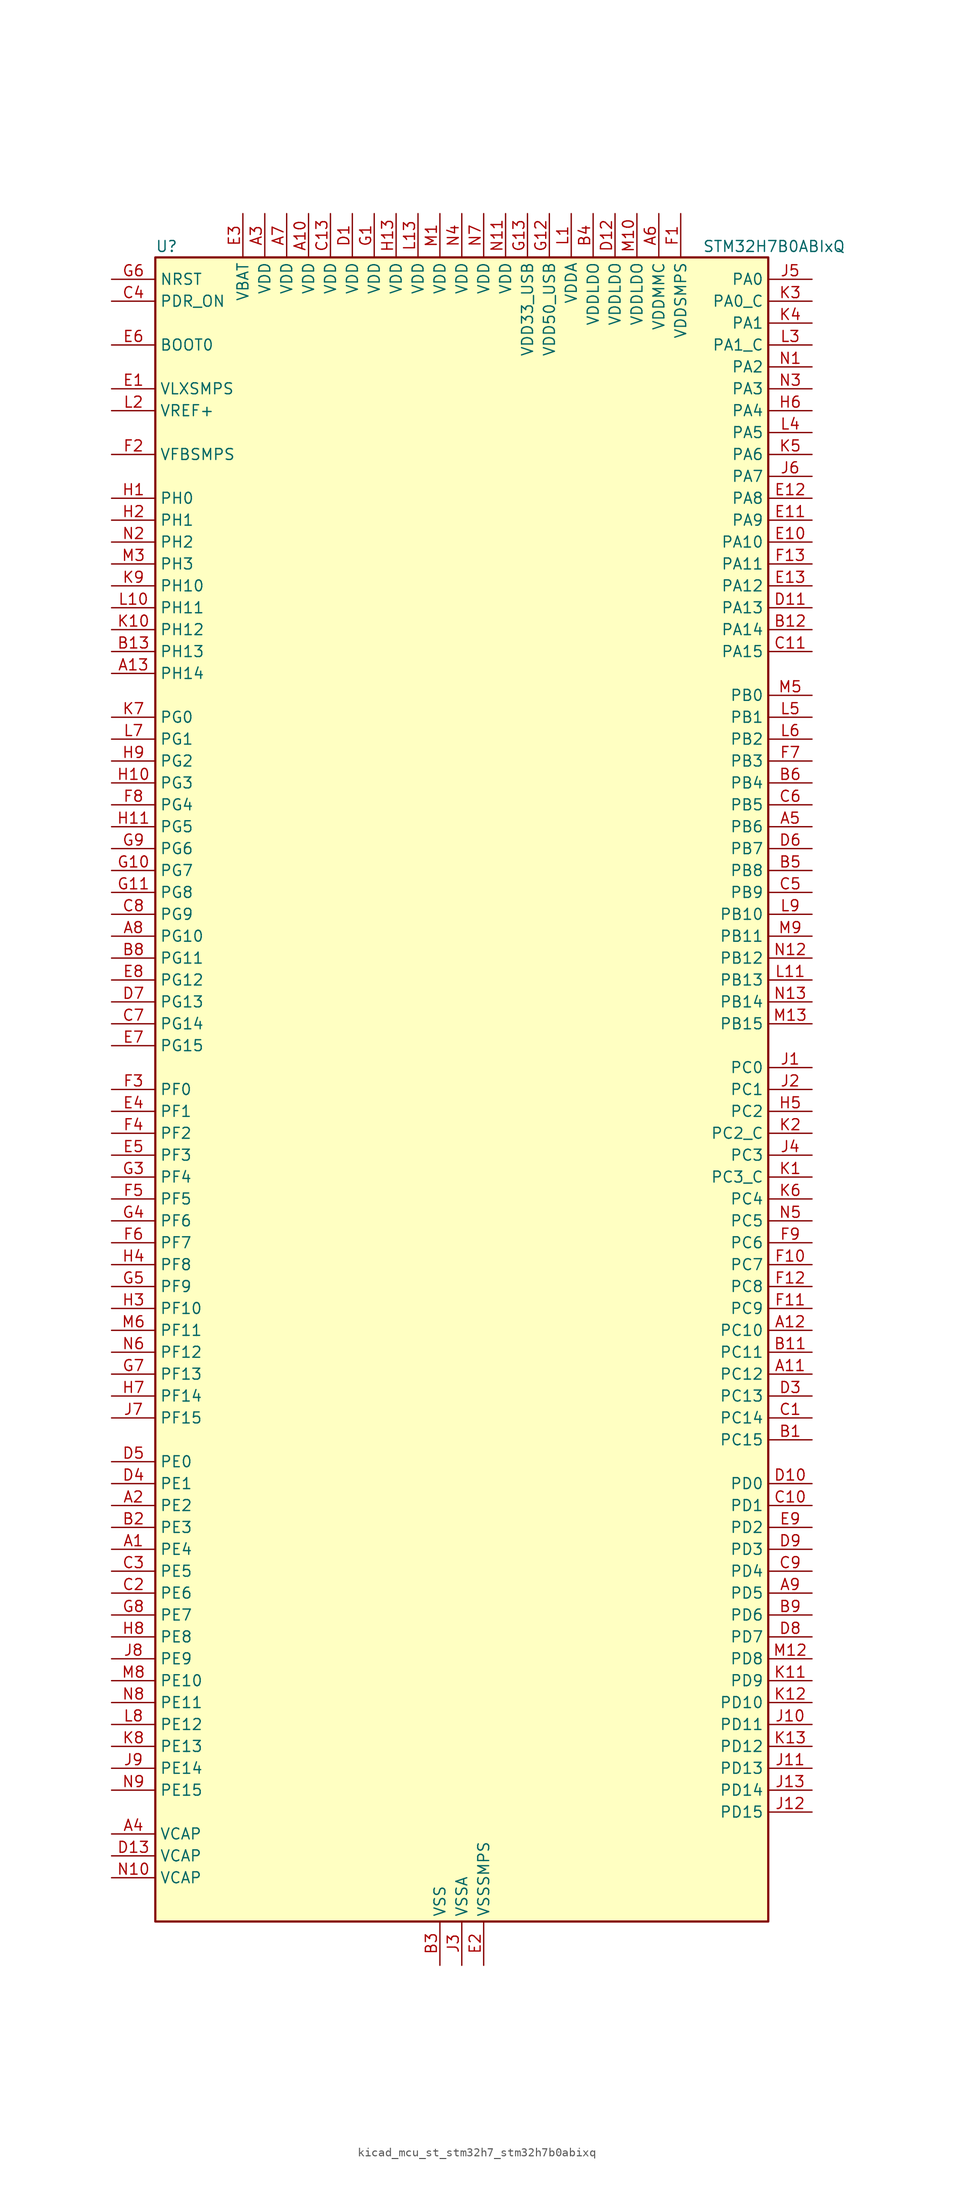
<source format=kicad_sym>
(kicad_symbol_lib
  (version 20220914)
  (generator kicad_symbol_editor)
  (symbol "kicad_mcu_st_stm32h7_stm32h7b0abixq"
    (property "Reference" "U"
      (at -35.56 97.79 0)
      (effects (font (size 1.27 1.27)) (justify left)))
    (property "Value" "STM32H7B0ABIxQ"
      (at 27.94 97.79 0)
      (effects (font (size 1.27 1.27)) (justify left)))
    (property "ki_locked" ""
      (at 0 0 0)
      (effects (font (size 1.27 1.27))))
    (symbol "kicad_mcu_st_stm32h7_stm32h7b0abixq_0_1"
      (rectangle (start -35.56 -96.52) (end 35.56 96.52) (stroke (width 0.254) (type default)) (fill (type background))))
    (symbol "kicad_mcu_st_stm32h7_stm32h7b0abixq_1_1"
      (pin bidirectional line (at -40.64 -53.34 0) (length 5.08) (name "PE4" (effects (font (size 1.27 1.27)))) (number "A1" (effects (font (size 1.27 1.27)))) (alternate "DCMI_D4" bidirectional line) (alternate "DEBUG_TRACED1" bidirectional line) (alternate "DFSDM1_DATIN3" bidirectional line) (alternate "FMC_A20" bidirectional line) (alternate "LTDC_B0" bidirectional line) (alternate "PSSI_D4" bidirectional line) (alternate "SAI1_D2" bidirectional line) (alternate "SAI1_FS_A" bidirectional line) (alternate "SPI4_NSS" bidirectional line) (alternate "TIM15_CH1N" bidirectional line))
      (pin power_in line (at -17.78 101.6 270) (length 5.08) (name "VDD" (effects (font (size 1.27 1.27)))) (number "A10" (effects (font (size 1.27 1.27)))))
      (pin bidirectional line (at 40.64 -33.02 180) (length 5.08) (name "PC12" (effects (font (size 1.27 1.27)))) (number "A11" (effects (font (size 1.27 1.27)))) (alternate "DCMI_D9" bidirectional line) (alternate "DEBUG_TRACED3" bidirectional line) (alternate "DFSDM2_CKOUT" bidirectional line) (alternate "I2S3_SDO" bidirectional line) (alternate "I2S6_CK" bidirectional line) (alternate "LTDC_R6" bidirectional line) (alternate "PSSI_D9" bidirectional line) (alternate "SDMMC1_CK" bidirectional line) (alternate "SPI3_MOSI" bidirectional line) (alternate "SPI6_SCK" bidirectional line) (alternate "TIM15_CH1" bidirectional line) (alternate "UART5_TX" bidirectional line) (alternate "USART3_CK" bidirectional line))
      (pin bidirectional line (at 40.64 -27.94 180) (length 5.08) (name "PC10" (effects (font (size 1.27 1.27)))) (number "A12" (effects (font (size 1.27 1.27)))) (alternate "DCMI_D8" bidirectional line) (alternate "DFSDM1_CKIN5" bidirectional line) (alternate "DFSDM2_CKIN0" bidirectional line) (alternate "I2S3_CK" bidirectional line) (alternate "LTDC_B1" bidirectional line) (alternate "LTDC_R2" bidirectional line) (alternate "OCTOSPIM_P1_IO1" bidirectional line) (alternate "PSSI_D8" bidirectional line) (alternate "SDMMC1_D2" bidirectional line) (alternate "SPI3_SCK" bidirectional line) (alternate "SWPMI1_RX" bidirectional line) (alternate "UART4_TX" bidirectional line) (alternate "USART3_TX" bidirectional line))
      (pin bidirectional line (at -40.64 48.26 0) (length 5.08) (name "PH14" (effects (font (size 1.27 1.27)))) (number "A13" (effects (font (size 1.27 1.27)))) (alternate "DCMI_D4" bidirectional line) (alternate "FDCAN1_RX" bidirectional line) (alternate "FMC_D22" bidirectional line) (alternate "LTDC_G3" bidirectional line) (alternate "PSSI_D4" bidirectional line) (alternate "TIM8_CH2N" bidirectional line) (alternate "UART4_RX" bidirectional line))
      (pin bidirectional line (at -40.64 -48.26 0) (length 5.08) (name "PE2" (effects (font (size 1.27 1.27)))) (number "A2" (effects (font (size 1.27 1.27)))) (alternate "DEBUG_TRACECLK" bidirectional line) (alternate "FMC_A23" bidirectional line) (alternate "OCTOSPIM_P1_IO2" bidirectional line) (alternate "SAI1_CK1" bidirectional line) (alternate "SAI1_MCLK_A" bidirectional line) (alternate "SPI4_SCK" bidirectional line) (alternate "USART10_RX" bidirectional line))
      (pin power_in line (at -22.86 101.6 270) (length 5.08) (name "VDD" (effects (font (size 1.27 1.27)))) (number "A3" (effects (font (size 1.27 1.27)))))
      (pin power_out line (at -40.64 -86.36 0) (length 5.08) (name "VCAP" (effects (font (size 1.27 1.27)))) (number "A4" (effects (font (size 1.27 1.27)))))
      (pin bidirectional line (at 40.64 30.48 180) (length 5.08) (name "PB6" (effects (font (size 1.27 1.27)))) (number "A5" (effects (font (size 1.27 1.27)))) (alternate "CEC" bidirectional line) (alternate "DCMI_D5" bidirectional line) (alternate "DFSDM1_DATIN5" bidirectional line) (alternate "FDCAN2_TX" bidirectional line) (alternate "FMC_SDNE1" bidirectional line) (alternate "I2C1_SCL" bidirectional line) (alternate "I2C4_SCL" bidirectional line) (alternate "LPUART1_TX" bidirectional line) (alternate "OCTOSPIM_P1_NCS" bidirectional line) (alternate "PSSI_D5" bidirectional line) (alternate "TIM16_CH1N" bidirectional line) (alternate "TIM4_CH1" bidirectional line) (alternate "UART5_TX" bidirectional line) (alternate "USART1_TX" bidirectional line))
      (pin power_in line (at 22.86 101.6 270) (length 5.08) (name "VDDMMC" (effects (font (size 1.27 1.27)))) (number "A6" (effects (font (size 1.27 1.27)))))
      (pin power_in line (at -20.32 101.6 270) (length 5.08) (name "VDD" (effects (font (size 1.27 1.27)))) (number "A7" (effects (font (size 1.27 1.27)))))
      (pin bidirectional line (at -40.64 17.78 0) (length 5.08) (name "PG10" (effects (font (size 1.27 1.27)))) (number "A8" (effects (font (size 1.27 1.27)))) (alternate "DCMI_D2" bidirectional line) (alternate "FMC_NE3" bidirectional line) (alternate "I2S1_WS" bidirectional line) (alternate "LTDC_B2" bidirectional line) (alternate "LTDC_G3" bidirectional line) (alternate "OCTOSPIM_P2_IO6" bidirectional line) (alternate "PSSI_D2" bidirectional line) (alternate "SAI2_SD_B" bidirectional line) (alternate "SDMMC2_D1" bidirectional line) (alternate "SPI1_NSS" bidirectional line))
      (pin bidirectional line (at 40.64 -58.42 180) (length 5.08) (name "PD5" (effects (font (size 1.27 1.27)))) (number "A9" (effects (font (size 1.27 1.27)))) (alternate "FMC_NWE" bidirectional line) (alternate "OCTOSPIM_P1_IO5" bidirectional line) (alternate "USART2_TX" bidirectional line))
      (pin bidirectional line (at 40.64 -40.64 180) (length 5.08) (name "PC15" (effects (font (size 1.27 1.27)))) (number "B1" (effects (font (size 1.27 1.27)))) (alternate "ADC1_EXTI15" bidirectional line) (alternate "ADC2_EXTI15" bidirectional line) (alternate "RCC_OSC32_OUT" bidirectional line))
      (pin passive line (at -2.54 -101.6 90) (length 5.08) hide (name "VSS" (effects (font (size 1.27 1.27)))) (number "B10" (effects (font (size 1.27 1.27)))))
      (pin bidirectional line (at 40.64 -30.48 180) (length 5.08) (name "PC11" (effects (font (size 1.27 1.27)))) (number "B11" (effects (font (size 1.27 1.27)))) (alternate "ADC1_EXTI11" bidirectional line) (alternate "ADC2_EXTI11" bidirectional line) (alternate "DCMI_D4" bidirectional line) (alternate "DFSDM1_DATIN5" bidirectional line) (alternate "DFSDM2_DATIN0" bidirectional line) (alternate "I2S3_SDI" bidirectional line) (alternate "LTDC_B4" bidirectional line) (alternate "OCTOSPIM_P1_NCS" bidirectional line) (alternate "PSSI_D4" bidirectional line) (alternate "SDMMC1_D3" bidirectional line) (alternate "SPI3_MISO" bidirectional line) (alternate "UART4_RX" bidirectional line) (alternate "USART3_RX" bidirectional line))
      (pin bidirectional line (at 40.64 53.34 180) (length 5.08) (name "PA14" (effects (font (size 1.27 1.27)))) (number "B12" (effects (font (size 1.27 1.27)))) (alternate "DEBUG_JTCK-SWCLK" bidirectional line))
      (pin bidirectional line (at -40.64 50.8 0) (length 5.08) (name "PH13" (effects (font (size 1.27 1.27)))) (number "B13" (effects (font (size 1.27 1.27)))) (alternate "FDCAN1_TX" bidirectional line) (alternate "FMC_D21" bidirectional line) (alternate "LTDC_G2" bidirectional line) (alternate "TIM8_CH1N" bidirectional line) (alternate "UART4_TX" bidirectional line))
      (pin bidirectional line (at -40.64 -50.8 0) (length 5.08) (name "PE3" (effects (font (size 1.27 1.27)))) (number "B2" (effects (font (size 1.27 1.27)))) (alternate "DEBUG_TRACED0" bidirectional line) (alternate "FMC_A19" bidirectional line) (alternate "SAI1_SD_B" bidirectional line) (alternate "TIM15_BKIN" bidirectional line) (alternate "USART10_TX" bidirectional line))
      (pin power_in line (at -2.54 -101.6 90) (length 5.08) (name "VSS" (effects (font (size 1.27 1.27)))) (number "B3" (effects (font (size 1.27 1.27)))))
      (pin power_in line (at 15.24 101.6 270) (length 5.08) (name "VDDLDO" (effects (font (size 1.27 1.27)))) (number "B4" (effects (font (size 1.27 1.27)))))
      (pin bidirectional line (at 40.64 25.4 180) (length 5.08) (name "PB8" (effects (font (size 1.27 1.27)))) (number "B5" (effects (font (size 1.27 1.27)))) (alternate "DCMI_D6" bidirectional line) (alternate "DFSDM1_CKIN7" bidirectional line) (alternate "FDCAN1_RX" bidirectional line) (alternate "I2C1_SCL" bidirectional line) (alternate "I2C4_SCL" bidirectional line) (alternate "LTDC_B6" bidirectional line) (alternate "PSSI_D6" bidirectional line) (alternate "SDMMC1_CKIN" bidirectional line) (alternate "SDMMC1_D4" bidirectional line) (alternate "SDMMC2_D4" bidirectional line) (alternate "TIM16_CH1" bidirectional line) (alternate "TIM4_CH3" bidirectional line) (alternate "UART4_RX" bidirectional line))
      (pin bidirectional line (at 40.64 35.56 180) (length 5.08) (name "PB4" (effects (font (size 1.27 1.27)))) (number "B6" (effects (font (size 1.27 1.27)))) (alternate "DEBUG_JTRST" bidirectional line) (alternate "I2S1_SDI" bidirectional line) (alternate "I2S2_WS" bidirectional line) (alternate "I2S3_SDI" bidirectional line) (alternate "I2S6_SDI" bidirectional line) (alternate "SDMMC2_D3" bidirectional line) (alternate "SPI1_MISO" bidirectional line) (alternate "SPI2_NSS" bidirectional line) (alternate "SPI3_MISO" bidirectional line) (alternate "SPI6_MISO" bidirectional line) (alternate "TIM16_BKIN" bidirectional line) (alternate "TIM3_CH1" bidirectional line) (alternate "UART7_TX" bidirectional line))
      (pin passive line (at -2.54 -101.6 90) (length 5.08) hide (name "VSS" (effects (font (size 1.27 1.27)))) (number "B7" (effects (font (size 1.27 1.27)))))
      (pin bidirectional line (at -40.64 15.24 0) (length 5.08) (name "PG11" (effects (font (size 1.27 1.27)))) (number "B8" (effects (font (size 1.27 1.27)))) (alternate "ADC1_EXTI11" bidirectional line) (alternate "ADC2_EXTI11" bidirectional line) (alternate "DCMI_D3" bidirectional line) (alternate "I2S1_CK" bidirectional line) (alternate "LPTIM1_IN2" bidirectional line) (alternate "LTDC_B3" bidirectional line) (alternate "OCTOSPIM_P2_IO7" bidirectional line) (alternate "PSSI_D3" bidirectional line) (alternate "SDMMC2_D2" bidirectional line) (alternate "SPDIFRX_IN0" bidirectional line) (alternate "SPI1_SCK" bidirectional line) (alternate "USART10_RX" bidirectional line))
      (pin bidirectional line (at 40.64 -60.96 180) (length 5.08) (name "PD6" (effects (font (size 1.27 1.27)))) (number "B9" (effects (font (size 1.27 1.27)))) (alternate "DCMI_D10" bidirectional line) (alternate "DFSDM1_CKIN4" bidirectional line) (alternate "DFSDM1_DATIN1" bidirectional line) (alternate "FMC_NWAIT" bidirectional line) (alternate "I2S3_SDO" bidirectional line) (alternate "LTDC_B2" bidirectional line) (alternate "OCTOSPIM_P1_IO6" bidirectional line) (alternate "PSSI_D10" bidirectional line) (alternate "SAI1_D1" bidirectional line) (alternate "SAI1_SD_A" bidirectional line) (alternate "SDMMC2_CK" bidirectional line) (alternate "SPI3_MOSI" bidirectional line) (alternate "USART2_RX" bidirectional line))
      (pin bidirectional line (at 40.64 -38.1 180) (length 5.08) (name "PC14" (effects (font (size 1.27 1.27)))) (number "C1" (effects (font (size 1.27 1.27)))) (alternate "RCC_OSC32_IN" bidirectional line))
      (pin bidirectional line (at 40.64 -48.26 180) (length 5.08) (name "PD1" (effects (font (size 1.27 1.27)))) (number "C10" (effects (font (size 1.27 1.27)))) (alternate "DFSDM1_DATIN6" bidirectional line) (alternate "FDCAN1_TX" bidirectional line) (alternate "FMC_D3" bidirectional line) (alternate "FMC_DA3" bidirectional line) (alternate "UART4_TX" bidirectional line))
      (pin bidirectional line (at 40.64 50.8 180) (length 5.08) (name "PA15" (effects (font (size 1.27 1.27)))) (number "C11" (effects (font (size 1.27 1.27)))) (alternate "ADC1_EXTI15" bidirectional line) (alternate "ADC2_EXTI15" bidirectional line) (alternate "CEC" bidirectional line) (alternate "DEBUG_JTDI" bidirectional line) (alternate "I2S1_WS" bidirectional line) (alternate "I2S3_WS" bidirectional line) (alternate "I2S6_WS" bidirectional line) (alternate "LTDC_B6" bidirectional line) (alternate "LTDC_R3" bidirectional line) (alternate "SPI1_NSS" bidirectional line) (alternate "SPI3_NSS" bidirectional line) (alternate "SPI6_NSS" bidirectional line) (alternate "TIM2_CH1" bidirectional line) (alternate "TIM2_ETR" bidirectional line) (alternate "UART4_DE" bidirectional line) (alternate "UART4_RTS" bidirectional line) (alternate "UART7_TX" bidirectional line))
      (pin passive line (at -2.54 -101.6 90) (length 5.08) hide (name "VSS" (effects (font (size 1.27 1.27)))) (number "C12" (effects (font (size 1.27 1.27)))))
      (pin power_in line (at -15.24 101.6 270) (length 5.08) (name "VDD" (effects (font (size 1.27 1.27)))) (number "C13" (effects (font (size 1.27 1.27)))))
      (pin bidirectional line (at -40.64 -58.42 0) (length 5.08) (name "PE6" (effects (font (size 1.27 1.27)))) (number "C2" (effects (font (size 1.27 1.27)))) (alternate "DCMI_D7" bidirectional line) (alternate "DEBUG_TRACED3" bidirectional line) (alternate "FMC_A22" bidirectional line) (alternate "LTDC_G1" bidirectional line) (alternate "PSSI_D7" bidirectional line) (alternate "SAI1_D1" bidirectional line) (alternate "SAI1_SD_A" bidirectional line) (alternate "SAI2_MCLK_B" bidirectional line) (alternate "SPI4_MOSI" bidirectional line) (alternate "TIM15_CH2" bidirectional line) (alternate "TIM1_BKIN2" bidirectional line) (alternate "TIM1_BKIN2_COMP1" bidirectional line) (alternate "TIM1_BKIN2_COMP2" bidirectional line))
      (pin bidirectional line (at -40.64 -55.88 0) (length 5.08) (name "PE5" (effects (font (size 1.27 1.27)))) (number "C3" (effects (font (size 1.27 1.27)))) (alternate "DCMI_D6" bidirectional line) (alternate "DEBUG_TRACED2" bidirectional line) (alternate "DFSDM1_CKIN3" bidirectional line) (alternate "FMC_A21" bidirectional line) (alternate "LTDC_G0" bidirectional line) (alternate "PSSI_D6" bidirectional line) (alternate "SAI1_CK2" bidirectional line) (alternate "SAI1_SCK_A" bidirectional line) (alternate "SPI4_MISO" bidirectional line) (alternate "TIM15_CH1" bidirectional line))
      (pin input line (at -40.64 91.44 0) (length 5.08) (name "PDR_ON" (effects (font (size 1.27 1.27)))) (number "C4" (effects (font (size 1.27 1.27)))))
      (pin bidirectional line (at 40.64 22.86 180) (length 5.08) (name "PB9" (effects (font (size 1.27 1.27)))) (number "C5" (effects (font (size 1.27 1.27)))) (alternate "DAC1_EXTI9" bidirectional line) (alternate "DCMI_D7" bidirectional line) (alternate "DFSDM1_DATIN7" bidirectional line) (alternate "FDCAN1_TX" bidirectional line) (alternate "I2C1_SDA" bidirectional line) (alternate "I2C4_SDA" bidirectional line) (alternate "I2C4_SMBA" bidirectional line) (alternate "I2S2_WS" bidirectional line) (alternate "LTDC_B7" bidirectional line) (alternate "PSSI_D7" bidirectional line) (alternate "SDMMC1_CDIR" bidirectional line) (alternate "SDMMC1_D5" bidirectional line) (alternate "SDMMC2_D5" bidirectional line) (alternate "SPI2_NSS" bidirectional line) (alternate "TIM17_CH1" bidirectional line) (alternate "TIM4_CH4" bidirectional line) (alternate "UART4_TX" bidirectional line))
      (pin bidirectional line (at 40.64 33.02 180) (length 5.08) (name "PB5" (effects (font (size 1.27 1.27)))) (number "C6" (effects (font (size 1.27 1.27)))) (alternate "DCMI_D10" bidirectional line) (alternate "FDCAN2_RX" bidirectional line) (alternate "FMC_SDCKE1" bidirectional line) (alternate "I2C1_SMBA" bidirectional line) (alternate "I2C4_SMBA" bidirectional line) (alternate "I2S1_SDO" bidirectional line) (alternate "I2S3_SDO" bidirectional line) (alternate "I2S6_SDO" bidirectional line) (alternate "LTDC_B5" bidirectional line) (alternate "PSSI_D10" bidirectional line) (alternate "SPI1_MOSI" bidirectional line) (alternate "SPI3_MOSI" bidirectional line) (alternate "SPI6_MOSI" bidirectional line) (alternate "TIM17_BKIN" bidirectional line) (alternate "TIM3_CH2" bidirectional line) (alternate "UART5_RX" bidirectional line) (alternate "USB_OTG_HS_ULPI_D7" bidirectional line))
      (pin bidirectional line (at -40.64 7.62 0) (length 5.08) (name "PG14" (effects (font (size 1.27 1.27)))) (number "C7" (effects (font (size 1.27 1.27)))) (alternate "DEBUG_TRACED1" bidirectional line) (alternate "FMC_A25" bidirectional line) (alternate "I2S6_SDO" bidirectional line) (alternate "LPTIM1_ETR" bidirectional line) (alternate "LTDC_B0" bidirectional line) (alternate "OCTOSPIM_P1_IO7" bidirectional line) (alternate "SDMMC2_D7" bidirectional line) (alternate "SPI6_MOSI" bidirectional line) (alternate "USART10_DE" bidirectional line) (alternate "USART10_RTS" bidirectional line) (alternate "USART6_TX" bidirectional line))
      (pin bidirectional line (at -40.64 20.32 0) (length 5.08) (name "PG9" (effects (font (size 1.27 1.27)))) (number "C8" (effects (font (size 1.27 1.27)))) (alternate "DAC1_EXTI9" bidirectional line) (alternate "DCMI_VSYNC" bidirectional line) (alternate "FMC_NCE" bidirectional line) (alternate "FMC_NE2" bidirectional line) (alternate "I2S1_SDI" bidirectional line) (alternate "OCTOSPIM_P1_IO6" bidirectional line) (alternate "PSSI_RDY" bidirectional line) (alternate "SAI2_FS_B" bidirectional line) (alternate "SDMMC2_D0" bidirectional line) (alternate "SPDIFRX_IN3" bidirectional line) (alternate "SPI1_MISO" bidirectional line) (alternate "USART6_RX" bidirectional line))
      (pin bidirectional line (at 40.64 -55.88 180) (length 5.08) (name "PD4" (effects (font (size 1.27 1.27)))) (number "C9" (effects (font (size 1.27 1.27)))) (alternate "FMC_NOE" bidirectional line) (alternate "OCTOSPIM_P1_IO4" bidirectional line) (alternate "USART2_DE" bidirectional line) (alternate "USART2_RTS" bidirectional line))
      (pin power_in line (at -12.7 101.6 270) (length 5.08) (name "VDD" (effects (font (size 1.27 1.27)))) (number "D1" (effects (font (size 1.27 1.27)))))
      (pin bidirectional line (at 40.64 -45.72 180) (length 5.08) (name "PD0" (effects (font (size 1.27 1.27)))) (number "D10" (effects (font (size 1.27 1.27)))) (alternate "DFSDM1_CKIN6" bidirectional line) (alternate "FDCAN1_RX" bidirectional line) (alternate "FMC_D2" bidirectional line) (alternate "FMC_DA2" bidirectional line) (alternate "LTDC_B1" bidirectional line) (alternate "UART4_RX" bidirectional line) (alternate "UART9_CTS" bidirectional line))
      (pin bidirectional line (at 40.64 55.88 180) (length 5.08) (name "PA13" (effects (font (size 1.27 1.27)))) (number "D11" (effects (font (size 1.27 1.27)))) (alternate "DEBUG_JTMS-SWDIO" bidirectional line))
      (pin power_in line (at 17.78 101.6 270) (length 5.08) (name "VDDLDO" (effects (font (size 1.27 1.27)))) (number "D12" (effects (font (size 1.27 1.27)))))
      (pin power_out line (at -40.64 -88.9 0) (length 5.08) (name "VCAP" (effects (font (size 1.27 1.27)))) (number "D13" (effects (font (size 1.27 1.27)))))
      (pin passive line (at -2.54 -101.6 90) (length 5.08) hide (name "VSS" (effects (font (size 1.27 1.27)))) (number "D2" (effects (font (size 1.27 1.27)))))
      (pin bidirectional line (at 40.64 -35.56 180) (length 5.08) (name "PC13" (effects (font (size 1.27 1.27)))) (number "D3" (effects (font (size 1.27 1.27)))) (alternate "PWR_WKUP4" bidirectional line) (alternate "RTC_OUT_ALARM" bidirectional line) (alternate "RTC_OUT_CALIB" bidirectional line) (alternate "RTC_TAMP1" bidirectional line) (alternate "RTC_TS" bidirectional line))
      (pin bidirectional line (at -40.64 -45.72 0) (length 5.08) (name "PE1" (effects (font (size 1.27 1.27)))) (number "D4" (effects (font (size 1.27 1.27)))) (alternate "DCMI_D3" bidirectional line) (alternate "FMC_NBL1" bidirectional line) (alternate "LPTIM1_IN2" bidirectional line) (alternate "LTDC_R6" bidirectional line) (alternate "PSSI_D3" bidirectional line) (alternate "UART8_TX" bidirectional line))
      (pin bidirectional line (at -40.64 -43.18 0) (length 5.08) (name "PE0" (effects (font (size 1.27 1.27)))) (number "D5" (effects (font (size 1.27 1.27)))) (alternate "DCMI_D2" bidirectional line) (alternate "FMC_NBL0" bidirectional line) (alternate "LPTIM1_ETR" bidirectional line) (alternate "LPTIM2_ETR" bidirectional line) (alternate "LTDC_R0" bidirectional line) (alternate "PSSI_D2" bidirectional line) (alternate "SAI2_MCLK_A" bidirectional line) (alternate "TIM4_ETR" bidirectional line) (alternate "UART8_RX" bidirectional line))
      (pin bidirectional line (at 40.64 27.94 180) (length 5.08) (name "PB7" (effects (font (size 1.27 1.27)))) (number "D6" (effects (font (size 1.27 1.27)))) (alternate "DCMI_VSYNC" bidirectional line) (alternate "DFSDM1_CKIN5" bidirectional line) (alternate "FMC_NL" bidirectional line) (alternate "I2C1_SDA" bidirectional line) (alternate "I2C4_SDA" bidirectional line) (alternate "LPUART1_RX" bidirectional line) (alternate "PSSI_RDY" bidirectional line) (alternate "PWR_PVD_IN" bidirectional line) (alternate "TIM17_CH1N" bidirectional line) (alternate "TIM4_CH2" bidirectional line) (alternate "USART1_RX" bidirectional line))
      (pin bidirectional line (at -40.64 10.16 0) (length 5.08) (name "PG13" (effects (font (size 1.27 1.27)))) (number "D7" (effects (font (size 1.27 1.27)))) (alternate "DEBUG_TRACED0" bidirectional line) (alternate "FMC_A24" bidirectional line) (alternate "I2S6_CK" bidirectional line) (alternate "LPTIM1_OUT" bidirectional line) (alternate "LTDC_R0" bidirectional line) (alternate "SDMMC2_D6" bidirectional line) (alternate "SPI6_SCK" bidirectional line) (alternate "USART10_CTS" bidirectional line) (alternate "USART10_NSS" bidirectional line) (alternate "USART6_CTS" bidirectional line) (alternate "USART6_NSS" bidirectional line))
      (pin bidirectional line (at 40.64 -63.5 180) (length 5.08) (name "PD7" (effects (font (size 1.27 1.27)))) (number "D8" (effects (font (size 1.27 1.27)))) (alternate "DFSDM1_CKIN1" bidirectional line) (alternate "DFSDM1_DATIN4" bidirectional line) (alternate "FMC_NE1" bidirectional line) (alternate "I2S1_SDO" bidirectional line) (alternate "OCTOSPIM_P1_IO7" bidirectional line) (alternate "SDMMC2_CMD" bidirectional line) (alternate "SPDIFRX_IN0" bidirectional line) (alternate "SPI1_MOSI" bidirectional line) (alternate "USART2_CK" bidirectional line))
      (pin bidirectional line (at 40.64 -53.34 180) (length 5.08) (name "PD3" (effects (font (size 1.27 1.27)))) (number "D9" (effects (font (size 1.27 1.27)))) (alternate "DCMI_D5" bidirectional line) (alternate "DFSDM1_CKOUT" bidirectional line) (alternate "FMC_CLK" bidirectional line) (alternate "I2S2_CK" bidirectional line) (alternate "LTDC_G7" bidirectional line) (alternate "PSSI_D5" bidirectional line) (alternate "SPI2_SCK" bidirectional line) (alternate "USART2_CTS" bidirectional line) (alternate "USART2_NSS" bidirectional line))
      (pin power_in line (at -40.64 81.28 0) (length 5.08) (name "VLXSMPS" (effects (font (size 1.27 1.27)))) (number "E1" (effects (font (size 1.27 1.27)))))
      (pin bidirectional line (at 40.64 63.5 180) (length 5.08) (name "PA10" (effects (font (size 1.27 1.27)))) (number "E10" (effects (font (size 1.27 1.27)))) (alternate "DCMI_D1" bidirectional line) (alternate "LPUART1_RX" bidirectional line) (alternate "LTDC_B1" bidirectional line) (alternate "LTDC_B4" bidirectional line) (alternate "MDIOS_MDIO" bidirectional line) (alternate "PSSI_D1" bidirectional line) (alternate "TIM1_CH3" bidirectional line) (alternate "USART1_RX" bidirectional line) (alternate "USB_OTG_HS_ID" bidirectional line))
      (pin bidirectional line (at 40.64 66.04 180) (length 5.08) (name "PA9" (effects (font (size 1.27 1.27)))) (number "E11" (effects (font (size 1.27 1.27)))) (alternate "DAC1_EXTI9" bidirectional line) (alternate "DCMI_D0" bidirectional line) (alternate "I2C3_SMBA" bidirectional line) (alternate "I2S2_CK" bidirectional line) (alternate "LPUART1_TX" bidirectional line) (alternate "LTDC_R5" bidirectional line) (alternate "PSSI_D0" bidirectional line) (alternate "SPI2_SCK" bidirectional line) (alternate "TIM1_CH2" bidirectional line) (alternate "USART1_TX" bidirectional line) (alternate "USB_OTG_HS_VBUS" bidirectional line))
      (pin bidirectional line (at 40.64 68.58 180) (length 5.08) (name "PA8" (effects (font (size 1.27 1.27)))) (number "E12" (effects (font (size 1.27 1.27)))) (alternate "I2C3_SCL" bidirectional line) (alternate "LTDC_B3" bidirectional line) (alternate "LTDC_R6" bidirectional line) (alternate "RCC_MCO_1" bidirectional line) (alternate "TIM1_CH1" bidirectional line) (alternate "TIM8_BKIN2" bidirectional line) (alternate "TIM8_BKIN2_COMP1" bidirectional line) (alternate "TIM8_BKIN2_COMP2" bidirectional line) (alternate "UART7_RX" bidirectional line) (alternate "USART1_CK" bidirectional line) (alternate "USB_OTG_HS_SOF" bidirectional line))
      (pin bidirectional line (at 40.64 58.42 180) (length 5.08) (name "PA12" (effects (font (size 1.27 1.27)))) (number "E13" (effects (font (size 1.27 1.27)))) (alternate "FDCAN1_TX" bidirectional line) (alternate "I2S2_CK" bidirectional line) (alternate "LPUART1_DE" bidirectional line) (alternate "LPUART1_RTS" bidirectional line) (alternate "LTDC_R5" bidirectional line) (alternate "SAI2_FS_B" bidirectional line) (alternate "SPI2_SCK" bidirectional line) (alternate "TIM1_ETR" bidirectional line) (alternate "UART4_TX" bidirectional line) (alternate "USART1_DE" bidirectional line) (alternate "USART1_RTS" bidirectional line) (alternate "USB_OTG_HS_DP" bidirectional line))
      (pin power_in line (at 2.54 -101.6 90) (length 5.08) (name "VSSSMPS" (effects (font (size 1.27 1.27)))) (number "E2" (effects (font (size 1.27 1.27)))))
      (pin power_in line (at -25.4 101.6 270) (length 5.08) (name "VBAT" (effects (font (size 1.27 1.27)))) (number "E3" (effects (font (size 1.27 1.27)))))
      (pin bidirectional line (at -40.64 -2.54 0) (length 5.08) (name "PF1" (effects (font (size 1.27 1.27)))) (number "E4" (effects (font (size 1.27 1.27)))) (alternate "FMC_A1" bidirectional line) (alternate "I2C2_SCL" bidirectional line) (alternate "OCTOSPIM_P2_IO1" bidirectional line))
      (pin bidirectional line (at -40.64 -7.62 0) (length 5.08) (name "PF3" (effects (font (size 1.27 1.27)))) (number "E5" (effects (font (size 1.27 1.27)))) (alternate "FMC_A3" bidirectional line) (alternate "OCTOSPIM_P2_IO3" bidirectional line))
      (pin input line (at -40.64 86.36 0) (length 5.08) (name "BOOT0" (effects (font (size 1.27 1.27)))) (number "E6" (effects (font (size 1.27 1.27)))))
      (pin bidirectional line (at -40.64 5.08 0) (length 5.08) (name "PG15" (effects (font (size 1.27 1.27)))) (number "E7" (effects (font (size 1.27 1.27)))) (alternate "ADC1_EXTI15" bidirectional line) (alternate "ADC2_EXTI15" bidirectional line) (alternate "DCMI_D13" bidirectional line) (alternate "FMC_SDNCAS" bidirectional line) (alternate "OCTOSPIM_P2_DQS" bidirectional line) (alternate "PSSI_D13" bidirectional line) (alternate "USART10_CK" bidirectional line) (alternate "USART6_CTS" bidirectional line) (alternate "USART6_NSS" bidirectional line))
      (pin bidirectional line (at -40.64 12.7 0) (length 5.08) (name "PG12" (effects (font (size 1.27 1.27)))) (number "E8" (effects (font (size 1.27 1.27)))) (alternate "FMC_NE4" bidirectional line) (alternate "I2S6_SDI" bidirectional line) (alternate "LPTIM1_IN1" bidirectional line) (alternate "LTDC_B1" bidirectional line) (alternate "LTDC_B4" bidirectional line) (alternate "OCTOSPIM_P2_NCS" bidirectional line) (alternate "SDMMC2_D3" bidirectional line) (alternate "SPDIFRX_IN1" bidirectional line) (alternate "SPI6_MISO" bidirectional line) (alternate "USART10_TX" bidirectional line) (alternate "USART6_DE" bidirectional line) (alternate "USART6_RTS" bidirectional line))
      (pin bidirectional line (at 40.64 -50.8 180) (length 5.08) (name "PD2" (effects (font (size 1.27 1.27)))) (number "E9" (effects (font (size 1.27 1.27)))) (alternate "DCMI_D11" bidirectional line) (alternate "DEBUG_TRACED2" bidirectional line) (alternate "LTDC_B2" bidirectional line) (alternate "LTDC_B7" bidirectional line) (alternate "PSSI_D11" bidirectional line) (alternate "SDMMC1_CMD" bidirectional line) (alternate "TIM15_BKIN" bidirectional line) (alternate "TIM3_ETR" bidirectional line) (alternate "UART5_RX" bidirectional line))
      (pin power_in line (at 25.4 101.6 270) (length 5.08) (name "VDDSMPS" (effects (font (size 1.27 1.27)))) (number "F1" (effects (font (size 1.27 1.27)))))
      (pin bidirectional line (at 40.64 -20.32 180) (length 5.08) (name "PC7" (effects (font (size 1.27 1.27)))) (number "F10" (effects (font (size 1.27 1.27)))) (alternate "DCMI_D1" bidirectional line) (alternate "DEBUG_TRGIO" bidirectional line) (alternate "DFSDM1_DATIN3" bidirectional line) (alternate "FMC_NE1" bidirectional line) (alternate "I2S3_MCK" bidirectional line) (alternate "LTDC_G6" bidirectional line) (alternate "PSSI_D1" bidirectional line) (alternate "SDMMC1_D123DIR" bidirectional line) (alternate "SDMMC1_D7" bidirectional line) (alternate "SDMMC2_D7" bidirectional line) (alternate "SWPMI1_TX" bidirectional line) (alternate "TIM3_CH2" bidirectional line) (alternate "TIM8_CH2" bidirectional line) (alternate "USART6_RX" bidirectional line))
      (pin bidirectional line (at 40.64 -25.4 180) (length 5.08) (name "PC9" (effects (font (size 1.27 1.27)))) (number "F11" (effects (font (size 1.27 1.27)))) (alternate "DAC1_EXTI9" bidirectional line) (alternate "DCMI_D3" bidirectional line) (alternate "I2C3_SDA" bidirectional line) (alternate "I2S_CKIN" bidirectional line) (alternate "LTDC_B2" bidirectional line) (alternate "LTDC_G3" bidirectional line) (alternate "OCTOSPIM_P1_IO0" bidirectional line) (alternate "PSSI_D3" bidirectional line) (alternate "RCC_MCO_2" bidirectional line) (alternate "SDMMC1_D1" bidirectional line) (alternate "SWPMI1_SUSPEND" bidirectional line) (alternate "TIM3_CH4" bidirectional line) (alternate "TIM8_CH4" bidirectional line) (alternate "UART5_CTS" bidirectional line))
      (pin bidirectional line (at 40.64 -22.86 180) (length 5.08) (name "PC8" (effects (font (size 1.27 1.27)))) (number "F12" (effects (font (size 1.27 1.27)))) (alternate "DCMI_D2" bidirectional line) (alternate "DEBUG_TRACED1" bidirectional line) (alternate "FMC_INT" bidirectional line) (alternate "FMC_NCE" bidirectional line) (alternate "FMC_NE2" bidirectional line) (alternate "PSSI_D2" bidirectional line) (alternate "SDMMC1_D0" bidirectional line) (alternate "SWPMI1_RX" bidirectional line) (alternate "TIM3_CH3" bidirectional line) (alternate "TIM8_CH3" bidirectional line) (alternate "UART5_DE" bidirectional line) (alternate "UART5_RTS" bidirectional line) (alternate "USART6_CK" bidirectional line))
      (pin bidirectional line (at 40.64 60.96 180) (length 5.08) (name "PA11" (effects (font (size 1.27 1.27)))) (number "F13" (effects (font (size 1.27 1.27)))) (alternate "ADC1_EXTI11" bidirectional line) (alternate "ADC2_EXTI11" bidirectional line) (alternate "FDCAN1_RX" bidirectional line) (alternate "I2S2_WS" bidirectional line) (alternate "LPUART1_CTS" bidirectional line) (alternate "LTDC_R4" bidirectional line) (alternate "SPI2_NSS" bidirectional line) (alternate "TIM1_CH4" bidirectional line) (alternate "UART4_RX" bidirectional line) (alternate "USART1_CTS" bidirectional line) (alternate "USART1_NSS" bidirectional line) (alternate "USB_OTG_HS_DM" bidirectional line))
      (pin input line (at -40.64 73.66 0) (length 5.08) (name "VFBSMPS" (effects (font (size 1.27 1.27)))) (number "F2" (effects (font (size 1.27 1.27)))))
      (pin bidirectional line (at -40.64 0 0) (length 5.08) (name "PF0" (effects (font (size 1.27 1.27)))) (number "F3" (effects (font (size 1.27 1.27)))) (alternate "FMC_A0" bidirectional line) (alternate "I2C2_SDA" bidirectional line) (alternate "OCTOSPIM_P2_IO0" bidirectional line))
      (pin bidirectional line (at -40.64 -5.08 0) (length 5.08) (name "PF2" (effects (font (size 1.27 1.27)))) (number "F4" (effects (font (size 1.27 1.27)))) (alternate "FMC_A2" bidirectional line) (alternate "I2C2_SMBA" bidirectional line) (alternate "OCTOSPIM_P2_IO2" bidirectional line))
      (pin bidirectional line (at -40.64 -12.7 0) (length 5.08) (name "PF5" (effects (font (size 1.27 1.27)))) (number "F5" (effects (font (size 1.27 1.27)))) (alternate "FMC_A5" bidirectional line) (alternate "OCTOSPIM_P2_NCLK" bidirectional line))
      (pin bidirectional line (at -40.64 -17.78 0) (length 5.08) (name "PF7" (effects (font (size 1.27 1.27)))) (number "F6" (effects (font (size 1.27 1.27)))) (alternate "OCTOSPIM_P1_IO2" bidirectional line) (alternate "SAI1_MCLK_B" bidirectional line) (alternate "SPI5_SCK" bidirectional line) (alternate "TIM17_CH1" bidirectional line) (alternate "UART7_TX" bidirectional line))
      (pin bidirectional line (at 40.64 38.1 180) (length 5.08) (name "PB3" (effects (font (size 1.27 1.27)))) (number "F7" (effects (font (size 1.27 1.27)))) (alternate "CRS_SYNC" bidirectional line) (alternate "DEBUG_JTDO-SWO" bidirectional line) (alternate "I2S1_CK" bidirectional line) (alternate "I2S3_CK" bidirectional line) (alternate "I2S6_CK" bidirectional line) (alternate "SDMMC2_D2" bidirectional line) (alternate "SPI1_SCK" bidirectional line) (alternate "SPI3_SCK" bidirectional line) (alternate "SPI6_SCK" bidirectional line) (alternate "TIM2_CH2" bidirectional line) (alternate "UART7_RX" bidirectional line))
      (pin bidirectional line (at -40.64 33.02 0) (length 5.08) (name "PG4" (effects (font (size 1.27 1.27)))) (number "F8" (effects (font (size 1.27 1.27)))) (alternate "FMC_A14" bidirectional line) (alternate "FMC_BA0" bidirectional line) (alternate "TIM1_BKIN2" bidirectional line) (alternate "TIM1_BKIN2_COMP1" bidirectional line) (alternate "TIM1_BKIN2_COMP2" bidirectional line))
      (pin bidirectional line (at 40.64 -17.78 180) (length 5.08) (name "PC6" (effects (font (size 1.27 1.27)))) (number "F9" (effects (font (size 1.27 1.27)))) (alternate "DCMI_D0" bidirectional line) (alternate "DFSDM1_CKIN3" bidirectional line) (alternate "FMC_NWAIT" bidirectional line) (alternate "I2S2_MCK" bidirectional line) (alternate "LTDC_HSYNC" bidirectional line) (alternate "PSSI_D0" bidirectional line) (alternate "SDMMC1_D0DIR" bidirectional line) (alternate "SDMMC1_D6" bidirectional line) (alternate "SDMMC2_D6" bidirectional line) (alternate "SWPMI1_IO" bidirectional line) (alternate "TIM3_CH1" bidirectional line) (alternate "TIM8_CH1" bidirectional line) (alternate "USART6_TX" bidirectional line))
      (pin power_in line (at -10.16 101.6 270) (length 5.08) (name "VDD" (effects (font (size 1.27 1.27)))) (number "G1" (effects (font (size 1.27 1.27)))))
      (pin bidirectional line (at -40.64 25.4 0) (length 5.08) (name "PG7" (effects (font (size 1.27 1.27)))) (number "G10" (effects (font (size 1.27 1.27)))) (alternate "DCMI_D13" bidirectional line) (alternate "FMC_INT" bidirectional line) (alternate "LTDC_CLK" bidirectional line) (alternate "OCTOSPIM_P2_DQS" bidirectional line) (alternate "PSSI_D13" bidirectional line) (alternate "SAI1_MCLK_A" bidirectional line) (alternate "USART6_CK" bidirectional line))
      (pin bidirectional line (at -40.64 22.86 0) (length 5.08) (name "PG8" (effects (font (size 1.27 1.27)))) (number "G11" (effects (font (size 1.27 1.27)))) (alternate "FMC_SDCLK" bidirectional line) (alternate "I2S6_WS" bidirectional line) (alternate "LTDC_G7" bidirectional line) (alternate "SPDIFRX_IN2" bidirectional line) (alternate "SPI6_NSS" bidirectional line) (alternate "TIM8_ETR" bidirectional line) (alternate "USART6_DE" bidirectional line) (alternate "USART6_RTS" bidirectional line))
      (pin power_in line (at 10.16 101.6 270) (length 5.08) (name "VDD50_USB" (effects (font (size 1.27 1.27)))) (number "G12" (effects (font (size 1.27 1.27)))))
      (pin power_in line (at 7.62 101.6 270) (length 5.08) (name "VDD33_USB" (effects (font (size 1.27 1.27)))) (number "G13" (effects (font (size 1.27 1.27)))))
      (pin passive line (at -2.54 -101.6 90) (length 5.08) hide (name "VSS" (effects (font (size 1.27 1.27)))) (number "G2" (effects (font (size 1.27 1.27)))))
      (pin bidirectional line (at -40.64 -10.16 0) (length 5.08) (name "PF4" (effects (font (size 1.27 1.27)))) (number "G3" (effects (font (size 1.27 1.27)))) (alternate "FMC_A4" bidirectional line) (alternate "OCTOSPIM_P2_CLK" bidirectional line))
      (pin bidirectional line (at -40.64 -15.24 0) (length 5.08) (name "PF6" (effects (font (size 1.27 1.27)))) (number "G4" (effects (font (size 1.27 1.27)))) (alternate "OCTOSPIM_P1_IO3" bidirectional line) (alternate "SAI1_SD_B" bidirectional line) (alternate "SPI5_NSS" bidirectional line) (alternate "TIM16_CH1" bidirectional line) (alternate "UART7_RX" bidirectional line))
      (pin bidirectional line (at -40.64 -22.86 0) (length 5.08) (name "PF9" (effects (font (size 1.27 1.27)))) (number "G5" (effects (font (size 1.27 1.27)))) (alternate "DAC1_EXTI9" bidirectional line) (alternate "OCTOSPIM_P1_IO1" bidirectional line) (alternate "SAI1_FS_B" bidirectional line) (alternate "SPI5_MOSI" bidirectional line) (alternate "TIM14_CH1" bidirectional line) (alternate "TIM17_CH1N" bidirectional line) (alternate "UART7_CTS" bidirectional line))
      (pin input line (at -40.64 93.98 0) (length 5.08) (name "NRST" (effects (font (size 1.27 1.27)))) (number "G6" (effects (font (size 1.27 1.27)))))
      (pin bidirectional line (at -40.64 -33.02 0) (length 5.08) (name "PF13" (effects (font (size 1.27 1.27)))) (number "G7" (effects (font (size 1.27 1.27)))) (alternate "ADC2_INP2" bidirectional line) (alternate "DFSDM1_DATIN6" bidirectional line) (alternate "FMC_A7" bidirectional line) (alternate "I2C4_SMBA" bidirectional line))
      (pin bidirectional line (at -40.64 -60.96 0) (length 5.08) (name "PE7" (effects (font (size 1.27 1.27)))) (number "G8" (effects (font (size 1.27 1.27)))) (alternate "COMP2_INM" bidirectional line) (alternate "DFSDM1_DATIN2" bidirectional line) (alternate "FMC_D4" bidirectional line) (alternate "FMC_DA4" bidirectional line) (alternate "OCTOSPIM_P1_IO4" bidirectional line) (alternate "OPAMP2_VOUT" bidirectional line) (alternate "TIM1_ETR" bidirectional line) (alternate "UART7_RX" bidirectional line))
      (pin bidirectional line (at -40.64 27.94 0) (length 5.08) (name "PG6" (effects (font (size 1.27 1.27)))) (number "G9" (effects (font (size 1.27 1.27)))) (alternate "DCMI_D12" bidirectional line) (alternate "FMC_NE3" bidirectional line) (alternate "LTDC_R7" bidirectional line) (alternate "OCTOSPIM_P1_NCS" bidirectional line) (alternate "PSSI_D12" bidirectional line) (alternate "TIM17_BKIN" bidirectional line))
      (pin bidirectional line (at -40.64 68.58 0) (length 5.08) (name "PH0" (effects (font (size 1.27 1.27)))) (number "H1" (effects (font (size 1.27 1.27)))) (alternate "RCC_OSC_IN" bidirectional line))
      (pin bidirectional line (at -40.64 35.56 0) (length 5.08) (name "PG3" (effects (font (size 1.27 1.27)))) (number "H10" (effects (font (size 1.27 1.27)))) (alternate "FMC_A13" bidirectional line) (alternate "TIM8_BKIN2" bidirectional line) (alternate "TIM8_BKIN2_COMP1" bidirectional line) (alternate "TIM8_BKIN2_COMP2" bidirectional line))
      (pin bidirectional line (at -40.64 30.48 0) (length 5.08) (name "PG5" (effects (font (size 1.27 1.27)))) (number "H11" (effects (font (size 1.27 1.27)))) (alternate "FMC_A15" bidirectional line) (alternate "FMC_BA1" bidirectional line) (alternate "TIM1_ETR" bidirectional line))
      (pin passive line (at -2.54 -101.6 90) (length 5.08) hide (name "VSS" (effects (font (size 1.27 1.27)))) (number "H12" (effects (font (size 1.27 1.27)))))
      (pin power_in line (at -7.62 101.6 270) (length 5.08) (name "VDD" (effects (font (size 1.27 1.27)))) (number "H13" (effects (font (size 1.27 1.27)))))
      (pin bidirectional line (at -40.64 66.04 0) (length 5.08) (name "PH1" (effects (font (size 1.27 1.27)))) (number "H2" (effects (font (size 1.27 1.27)))) (alternate "RCC_OSC_OUT" bidirectional line))
      (pin bidirectional line (at -40.64 -25.4 0) (length 5.08) (name "PF10" (effects (font (size 1.27 1.27)))) (number "H3" (effects (font (size 1.27 1.27)))) (alternate "DCMI_D11" bidirectional line) (alternate "LTDC_DE" bidirectional line) (alternate "OCTOSPIM_P1_CLK" bidirectional line) (alternate "PSSI_D11" bidirectional line) (alternate "PSSI_D15" bidirectional line) (alternate "SAI1_D3" bidirectional line) (alternate "TIM16_BKIN" bidirectional line))
      (pin bidirectional line (at -40.64 -20.32 0) (length 5.08) (name "PF8" (effects (font (size 1.27 1.27)))) (number "H4" (effects (font (size 1.27 1.27)))) (alternate "OCTOSPIM_P1_IO0" bidirectional line) (alternate "SAI1_SCK_B" bidirectional line) (alternate "SPI5_MISO" bidirectional line) (alternate "TIM13_CH1" bidirectional line) (alternate "TIM16_CH1N" bidirectional line) (alternate "UART7_DE" bidirectional line) (alternate "UART7_RTS" bidirectional line))
      (pin bidirectional line (at 40.64 -2.54 180) (length 5.08) (name "PC2" (effects (font (size 1.27 1.27)))) (number "H5" (effects (font (size 1.27 1.27)))) (alternate "ADC1_INN11" bidirectional line) (alternate "ADC1_INP12" bidirectional line) (alternate "ADC2_INN11" bidirectional line) (alternate "ADC2_INP12" bidirectional line) (alternate "DFSDM1_CKIN1" bidirectional line) (alternate "DFSDM1_CKOUT" bidirectional line) (alternate "FMC_SDNE0" bidirectional line) (alternate "I2S2_SDI" bidirectional line) (alternate "OCTOSPIM_P1_IO2" bidirectional line) (alternate "OCTOSPIM_P1_IO5" bidirectional line) (alternate "PWR_CSTOP" bidirectional line) (alternate "SPI2_MISO" bidirectional line) (alternate "USB_OTG_HS_ULPI_DIR" bidirectional line))
      (pin bidirectional line (at 40.64 78.74 180) (length 5.08) (name "PA4" (effects (font (size 1.27 1.27)))) (number "H6" (effects (font (size 1.27 1.27)))) (alternate "ADC1_INP18" bidirectional line) (alternate "DAC1_OUT1" bidirectional line) (alternate "DCMI_HSYNC" bidirectional line) (alternate "I2S1_WS" bidirectional line) (alternate "I2S3_WS" bidirectional line) (alternate "I2S6_WS" bidirectional line) (alternate "LTDC_VSYNC" bidirectional line) (alternate "PSSI_DE" bidirectional line) (alternate "SPI1_NSS" bidirectional line) (alternate "SPI3_NSS" bidirectional line) (alternate "SPI6_NSS" bidirectional line) (alternate "TIM5_ETR" bidirectional line) (alternate "USART2_CK" bidirectional line))
      (pin bidirectional line (at -40.64 -35.56 0) (length 5.08) (name "PF14" (effects (font (size 1.27 1.27)))) (number "H7" (effects (font (size 1.27 1.27)))) (alternate "ADC2_INN2" bidirectional line) (alternate "ADC2_INP6" bidirectional line) (alternate "DFSDM1_CKIN6" bidirectional line) (alternate "FMC_A8" bidirectional line) (alternate "I2C4_SCL" bidirectional line))
      (pin bidirectional line (at -40.64 -63.5 0) (length 5.08) (name "PE8" (effects (font (size 1.27 1.27)))) (number "H8" (effects (font (size 1.27 1.27)))) (alternate "COMP2_OUT" bidirectional line) (alternate "DFSDM1_CKIN2" bidirectional line) (alternate "FMC_D5" bidirectional line) (alternate "FMC_DA5" bidirectional line) (alternate "OCTOSPIM_P1_IO5" bidirectional line) (alternate "OPAMP2_VINM" bidirectional line) (alternate "TIM1_CH1N" bidirectional line) (alternate "UART7_TX" bidirectional line))
      (pin bidirectional line (at -40.64 38.1 0) (length 5.08) (name "PG2" (effects (font (size 1.27 1.27)))) (number "H9" (effects (font (size 1.27 1.27)))) (alternate "FMC_A12" bidirectional line) (alternate "TIM8_BKIN" bidirectional line) (alternate "TIM8_BKIN_COMP1" bidirectional line) (alternate "TIM8_BKIN_COMP2" bidirectional line))
      (pin bidirectional line (at 40.64 2.54 180) (length 5.08) (name "PC0" (effects (font (size 1.27 1.27)))) (number "J1" (effects (font (size 1.27 1.27)))) (alternate "ADC1_INP10" bidirectional line) (alternate "ADC2_INP10" bidirectional line) (alternate "DFSDM1_CKIN0" bidirectional line) (alternate "DFSDM1_DATIN4" bidirectional line) (alternate "FMC_A25" bidirectional line) (alternate "FMC_SDNWE" bidirectional line) (alternate "LTDC_G2" bidirectional line) (alternate "LTDC_R5" bidirectional line) (alternate "SAI2_FS_B" bidirectional line) (alternate "USB_OTG_HS_ULPI_STP" bidirectional line))
      (pin bidirectional line (at 40.64 -73.66 180) (length 5.08) (name "PD11" (effects (font (size 1.27 1.27)))) (number "J10" (effects (font (size 1.27 1.27)))) (alternate "ADC1_EXTI11" bidirectional line) (alternate "ADC2_EXTI11" bidirectional line) (alternate "FMC_A16" bidirectional line) (alternate "FMC_CLE" bidirectional line) (alternate "I2C4_SMBA" bidirectional line) (alternate "LPTIM2_IN2" bidirectional line) (alternate "OCTOSPIM_P1_IO0" bidirectional line) (alternate "SAI2_SD_A" bidirectional line) (alternate "USART3_CTS" bidirectional line) (alternate "USART3_NSS" bidirectional line))
      (pin bidirectional line (at 40.64 -78.74 180) (length 5.08) (name "PD13" (effects (font (size 1.27 1.27)))) (number "J11" (effects (font (size 1.27 1.27)))) (alternate "DCMI_D13" bidirectional line) (alternate "FMC_A18" bidirectional line) (alternate "I2C4_SDA" bidirectional line) (alternate "LPTIM1_OUT" bidirectional line) (alternate "OCTOSPIM_P1_IO3" bidirectional line) (alternate "PSSI_D13" bidirectional line) (alternate "SAI2_SCK_A" bidirectional line) (alternate "TIM4_CH2" bidirectional line) (alternate "UART9_DE" bidirectional line) (alternate "UART9_RTS" bidirectional line))
      (pin bidirectional line (at 40.64 -83.82 180) (length 5.08) (name "PD15" (effects (font (size 1.27 1.27)))) (number "J12" (effects (font (size 1.27 1.27)))) (alternate "ADC1_EXTI15" bidirectional line) (alternate "ADC2_EXTI15" bidirectional line) (alternate "FMC_D1" bidirectional line) (alternate "FMC_DA1" bidirectional line) (alternate "TIM4_CH4" bidirectional line) (alternate "UART8_DE" bidirectional line) (alternate "UART8_RTS" bidirectional line) (alternate "UART9_TX" bidirectional line))
      (pin bidirectional line (at 40.64 -81.28 180) (length 5.08) (name "PD14" (effects (font (size 1.27 1.27)))) (number "J13" (effects (font (size 1.27 1.27)))) (alternate "FMC_D0" bidirectional line) (alternate "FMC_DA0" bidirectional line) (alternate "TIM4_CH3" bidirectional line) (alternate "UART8_CTS" bidirectional line) (alternate "UART9_RX" bidirectional line))
      (pin bidirectional line (at 40.64 0 180) (length 5.08) (name "PC1" (effects (font (size 1.27 1.27)))) (number "J2" (effects (font (size 1.27 1.27)))) (alternate "ADC1_INN10" bidirectional line) (alternate "ADC1_INP11" bidirectional line) (alternate "ADC2_INN10" bidirectional line) (alternate "ADC2_INP11" bidirectional line) (alternate "DEBUG_TRACED0" bidirectional line) (alternate "DFSDM1_CKIN4" bidirectional line) (alternate "DFSDM1_DATIN0" bidirectional line) (alternate "I2S2_SDO" bidirectional line) (alternate "LTDC_G5" bidirectional line) (alternate "MDIOS_MDC" bidirectional line) (alternate "OCTOSPIM_P1_IO4" bidirectional line) (alternate "PWR_WKUP6" bidirectional line) (alternate "RTC_TAMP3" bidirectional line) (alternate "SAI1_D1" bidirectional line) (alternate "SAI1_SD_A" bidirectional line) (alternate "SDMMC2_CK" bidirectional line) (alternate "SPI2_MOSI" bidirectional line))
      (pin power_in line (at 0 -101.6 90) (length 5.08) (name "VSSA" (effects (font (size 1.27 1.27)))) (number "J3" (effects (font (size 1.27 1.27)))))
      (pin bidirectional line (at 40.64 -7.62 180) (length 5.08) (name "PC3" (effects (font (size 1.27 1.27)))) (number "J4" (effects (font (size 1.27 1.27)))) (alternate "ADC1_INN12" bidirectional line) (alternate "ADC1_INP13" bidirectional line) (alternate "ADC2_INN12" bidirectional line) (alternate "ADC2_INP13" bidirectional line) (alternate "DFSDM1_DATIN1" bidirectional line) (alternate "FMC_SDCKE0" bidirectional line) (alternate "I2S2_SDO" bidirectional line) (alternate "OCTOSPIM_P1_IO0" bidirectional line) (alternate "OCTOSPIM_P1_IO6" bidirectional line) (alternate "PWR_CSLEEP" bidirectional line) (alternate "SPI2_MOSI" bidirectional line) (alternate "USB_OTG_HS_ULPI_NXT" bidirectional line))
      (pin bidirectional line (at 40.64 93.98 180) (length 5.08) (name "PA0" (effects (font (size 1.27 1.27)))) (number "J5" (effects (font (size 1.27 1.27)))) (alternate "ADC1_INP16" bidirectional line) (alternate "I2S6_WS" bidirectional line) (alternate "PWR_WKUP1" bidirectional line) (alternate "SAI2_SD_B" bidirectional line) (alternate "SDMMC2_CMD" bidirectional line) (alternate "SPI6_NSS" bidirectional line) (alternate "TIM15_BKIN" bidirectional line) (alternate "TIM2_CH1" bidirectional line) (alternate "TIM2_ETR" bidirectional line) (alternate "TIM5_CH1" bidirectional line) (alternate "TIM8_ETR" bidirectional line) (alternate "UART4_TX" bidirectional line) (alternate "USART2_CTS" bidirectional line) (alternate "USART2_NSS" bidirectional line))
      (pin bidirectional line (at 40.64 71.12 180) (length 5.08) (name "PA7" (effects (font (size 1.27 1.27)))) (number "J6" (effects (font (size 1.27 1.27)))) (alternate "ADC1_INN3" bidirectional line) (alternate "ADC1_INP7" bidirectional line) (alternate "ADC2_INN3" bidirectional line) (alternate "ADC2_INP7" bidirectional line) (alternate "DFSDM2_DATIN1" bidirectional line) (alternate "FMC_SDNWE" bidirectional line) (alternate "I2S1_SDO" bidirectional line) (alternate "I2S6_SDO" bidirectional line) (alternate "LTDC_VSYNC" bidirectional line) (alternate "OCTOSPIM_P1_IO2" bidirectional line) (alternate "OPAMP1_VINM" bidirectional line) (alternate "SPI1_MOSI" bidirectional line) (alternate "SPI6_MOSI" bidirectional line) (alternate "TIM14_CH1" bidirectional line) (alternate "TIM1_CH1N" bidirectional line) (alternate "TIM3_CH2" bidirectional line) (alternate "TIM8_CH1N" bidirectional line))
      (pin bidirectional line (at -40.64 -38.1 0) (length 5.08) (name "PF15" (effects (font (size 1.27 1.27)))) (number "J7" (effects (font (size 1.27 1.27)))) (alternate "ADC1_EXTI15" bidirectional line) (alternate "ADC2_EXTI15" bidirectional line) (alternate "FMC_A9" bidirectional line) (alternate "I2C4_SDA" bidirectional line))
      (pin bidirectional line (at -40.64 -66.04 0) (length 5.08) (name "PE9" (effects (font (size 1.27 1.27)))) (number "J8" (effects (font (size 1.27 1.27)))) (alternate "COMP2_INP" bidirectional line) (alternate "DAC1_EXTI9" bidirectional line) (alternate "DFSDM1_CKOUT" bidirectional line) (alternate "FMC_D6" bidirectional line) (alternate "FMC_DA6" bidirectional line) (alternate "OCTOSPIM_P1_IO6" bidirectional line) (alternate "OPAMP2_VINP" bidirectional line) (alternate "TIM1_CH1" bidirectional line) (alternate "UART7_DE" bidirectional line) (alternate "UART7_RTS" bidirectional line))
      (pin bidirectional line (at -40.64 -78.74 0) (length 5.08) (name "PE14" (effects (font (size 1.27 1.27)))) (number "J9" (effects (font (size 1.27 1.27)))) (alternate "FMC_D11" bidirectional line) (alternate "FMC_DA11" bidirectional line) (alternate "LTDC_CLK" bidirectional line) (alternate "SAI2_MCLK_B" bidirectional line) (alternate "SPI4_MOSI" bidirectional line) (alternate "TIM1_CH4" bidirectional line))
      (pin bidirectional line (at 40.64 -10.16 180) (length 5.08) (name "PC3_C" (effects (font (size 1.27 1.27)))) (number "K1" (effects (font (size 1.27 1.27)))) (alternate "ADC2_INP1" bidirectional line) (alternate "DFSDM1_DATIN1" bidirectional line) (alternate "FMC_SDCKE0" bidirectional line) (alternate "I2S2_SDO" bidirectional line) (alternate "OCTOSPIM_P1_IO0" bidirectional line) (alternate "OCTOSPIM_P1_IO6" bidirectional line) (alternate "PWR_CSLEEP" bidirectional line) (alternate "SPI2_MOSI" bidirectional line) (alternate "USB_OTG_HS_ULPI_NXT" bidirectional line))
      (pin bidirectional line (at -40.64 53.34 0) (length 5.08) (name "PH12" (effects (font (size 1.27 1.27)))) (number "K10" (effects (font (size 1.27 1.27)))) (alternate "DCMI_D3" bidirectional line) (alternate "FMC_D20" bidirectional line) (alternate "I2C4_SDA" bidirectional line) (alternate "LTDC_R6" bidirectional line) (alternate "PSSI_D3" bidirectional line) (alternate "TIM5_CH3" bidirectional line))
      (pin bidirectional line (at 40.64 -68.58 180) (length 5.08) (name "PD9" (effects (font (size 1.27 1.27)))) (number "K11" (effects (font (size 1.27 1.27)))) (alternate "DAC1_EXTI9" bidirectional line) (alternate "DFSDM1_DATIN3" bidirectional line) (alternate "FMC_D14" bidirectional line) (alternate "FMC_DA14" bidirectional line) (alternate "USART3_RX" bidirectional line))
      (pin bidirectional line (at 40.64 -71.12 180) (length 5.08) (name "PD10" (effects (font (size 1.27 1.27)))) (number "K12" (effects (font (size 1.27 1.27)))) (alternate "DFSDM1_CKOUT" bidirectional line) (alternate "DFSDM2_CKOUT" bidirectional line) (alternate "FMC_D15" bidirectional line) (alternate "FMC_DA15" bidirectional line) (alternate "LTDC_B3" bidirectional line) (alternate "USART3_CK" bidirectional line))
      (pin bidirectional line (at 40.64 -76.2 180) (length 5.08) (name "PD12" (effects (font (size 1.27 1.27)))) (number "K13" (effects (font (size 1.27 1.27)))) (alternate "DCMI_D12" bidirectional line) (alternate "FMC_A17" bidirectional line) (alternate "FMC_ALE" bidirectional line) (alternate "I2C4_SCL" bidirectional line) (alternate "LPTIM1_IN1" bidirectional line) (alternate "LPTIM2_IN1" bidirectional line) (alternate "OCTOSPIM_P1_IO1" bidirectional line) (alternate "PSSI_D12" bidirectional line) (alternate "SAI2_FS_A" bidirectional line) (alternate "TIM4_CH1" bidirectional line) (alternate "USART3_DE" bidirectional line) (alternate "USART3_RTS" bidirectional line))
      (pin bidirectional line (at 40.64 -5.08 180) (length 5.08) (name "PC2_C" (effects (font (size 1.27 1.27)))) (number "K2" (effects (font (size 1.27 1.27)))) (alternate "ADC2_INN1" bidirectional line) (alternate "ADC2_INP0" bidirectional line) (alternate "DFSDM1_CKIN1" bidirectional line) (alternate "DFSDM1_CKOUT" bidirectional line) (alternate "FMC_SDNE0" bidirectional line) (alternate "I2S2_SDI" bidirectional line) (alternate "OCTOSPIM_P1_IO2" bidirectional line) (alternate "OCTOSPIM_P1_IO5" bidirectional line) (alternate "PWR_CSTOP" bidirectional line) (alternate "SPI2_MISO" bidirectional line) (alternate "USB_OTG_HS_ULPI_DIR" bidirectional line))
      (pin bidirectional line (at 40.64 91.44 180) (length 5.08) (name "PA0_C" (effects (font (size 1.27 1.27)))) (number "K3" (effects (font (size 1.27 1.27)))) (alternate "ADC1_INN1" bidirectional line) (alternate "ADC1_INP0" bidirectional line) (alternate "I2S6_WS" bidirectional line) (alternate "SAI2_SD_B" bidirectional line) (alternate "SDMMC2_CMD" bidirectional line) (alternate "SPI6_NSS" bidirectional line) (alternate "TIM15_BKIN" bidirectional line) (alternate "TIM2_CH1" bidirectional line) (alternate "TIM2_ETR" bidirectional line) (alternate "TIM5_CH1" bidirectional line) (alternate "TIM8_ETR" bidirectional line) (alternate "UART4_TX" bidirectional line) (alternate "USART2_CTS" bidirectional line) (alternate "USART2_NSS" bidirectional line))
      (pin bidirectional line (at 40.64 88.9 180) (length 5.08) (name "PA1" (effects (font (size 1.27 1.27)))) (number "K4" (effects (font (size 1.27 1.27)))) (alternate "ADC1_INN16" bidirectional line) (alternate "ADC1_INP17" bidirectional line) (alternate "LPTIM3_OUT" bidirectional line) (alternate "LTDC_R2" bidirectional line) (alternate "OCTOSPIM_P1_DQS" bidirectional line) (alternate "OCTOSPIM_P1_IO3" bidirectional line) (alternate "SAI2_MCLK_B" bidirectional line) (alternate "TIM15_CH1N" bidirectional line) (alternate "TIM2_CH2" bidirectional line) (alternate "TIM5_CH2" bidirectional line) (alternate "UART4_RX" bidirectional line) (alternate "USART2_DE" bidirectional line) (alternate "USART2_RTS" bidirectional line))
      (pin bidirectional line (at 40.64 73.66 180) (length 5.08) (name "PA6" (effects (font (size 1.27 1.27)))) (number "K5" (effects (font (size 1.27 1.27)))) (alternate "ADC1_INP3" bidirectional line) (alternate "ADC2_INP3" bidirectional line) (alternate "DAC2_OUT1" bidirectional line) (alternate "DCMI_PIXCLK" bidirectional line) (alternate "I2S1_SDI" bidirectional line) (alternate "I2S6_SDI" bidirectional line) (alternate "LTDC_G2" bidirectional line) (alternate "MDIOS_MDC" bidirectional line) (alternate "OCTOSPIM_P1_IO3" bidirectional line) (alternate "PSSI_PDCK" bidirectional line) (alternate "SPI1_MISO" bidirectional line) (alternate "SPI6_MISO" bidirectional line) (alternate "TIM13_CH1" bidirectional line) (alternate "TIM1_BKIN" bidirectional line) (alternate "TIM1_BKIN_COMP1" bidirectional line) (alternate "TIM1_BKIN_COMP2" bidirectional line) (alternate "TIM3_CH1" bidirectional line) (alternate "TIM8_BKIN" bidirectional line) (alternate "TIM8_BKIN_COMP1" bidirectional line) (alternate "TIM8_BKIN_COMP2" bidirectional line))
      (pin bidirectional line (at 40.64 -12.7 180) (length 5.08) (name "PC4" (effects (font (size 1.27 1.27)))) (number "K6" (effects (font (size 1.27 1.27)))) (alternate "ADC1_INP4" bidirectional line) (alternate "ADC2_INP4" bidirectional line) (alternate "COMP1_INM" bidirectional line) (alternate "DFSDM1_CKIN2" bidirectional line) (alternate "FMC_SDNE0" bidirectional line) (alternate "I2S1_MCK" bidirectional line) (alternate "LTDC_R7" bidirectional line) (alternate "OPAMP1_VOUT" bidirectional line) (alternate "SPDIFRX_IN2" bidirectional line))
      (pin bidirectional line (at -40.64 43.18 0) (length 5.08) (name "PG0" (effects (font (size 1.27 1.27)))) (number "K7" (effects (font (size 1.27 1.27)))) (alternate "FMC_A10" bidirectional line) (alternate "OCTOSPIM_P2_IO4" bidirectional line) (alternate "UART9_RX" bidirectional line))
      (pin bidirectional line (at -40.64 -76.2 0) (length 5.08) (name "PE13" (effects (font (size 1.27 1.27)))) (number "K8" (effects (font (size 1.27 1.27)))) (alternate "COMP2_OUT" bidirectional line) (alternate "DFSDM1_CKIN5" bidirectional line) (alternate "FMC_D10" bidirectional line) (alternate "FMC_DA10" bidirectional line) (alternate "LTDC_DE" bidirectional line) (alternate "SAI2_FS_B" bidirectional line) (alternate "SPI4_MISO" bidirectional line) (alternate "TIM1_CH3" bidirectional line))
      (pin bidirectional line (at -40.64 58.42 0) (length 5.08) (name "PH10" (effects (font (size 1.27 1.27)))) (number "K9" (effects (font (size 1.27 1.27)))) (alternate "DCMI_D1" bidirectional line) (alternate "FMC_D18" bidirectional line) (alternate "I2C4_SMBA" bidirectional line) (alternate "LTDC_R4" bidirectional line) (alternate "PSSI_D1" bidirectional line) (alternate "TIM5_CH1" bidirectional line))
      (pin power_in line (at 12.7 101.6 270) (length 5.08) (name "VDDA" (effects (font (size 1.27 1.27)))) (number "L1" (effects (font (size 1.27 1.27)))))
      (pin bidirectional line (at -40.64 55.88 0) (length 5.08) (name "PH11" (effects (font (size 1.27 1.27)))) (number "L10" (effects (font (size 1.27 1.27)))) (alternate "ADC1_EXTI11" bidirectional line) (alternate "ADC2_EXTI11" bidirectional line) (alternate "DCMI_D2" bidirectional line) (alternate "FMC_D19" bidirectional line) (alternate "I2C4_SCL" bidirectional line) (alternate "LTDC_R5" bidirectional line) (alternate "PSSI_D2" bidirectional line) (alternate "TIM5_CH2" bidirectional line))
      (pin bidirectional line (at 40.64 12.7 180) (length 5.08) (name "PB13" (effects (font (size 1.27 1.27)))) (number "L11" (effects (font (size 1.27 1.27)))) (alternate "DCMI_D2" bidirectional line) (alternate "DFSDM1_CKIN1" bidirectional line) (alternate "DFSDM2_CKIN1" bidirectional line) (alternate "FDCAN2_TX" bidirectional line) (alternate "I2S2_CK" bidirectional line) (alternate "LPTIM2_OUT" bidirectional line) (alternate "PSSI_D2" bidirectional line) (alternate "SDMMC1_D0" bidirectional line) (alternate "SPI2_SCK" bidirectional line) (alternate "TIM1_CH1N" bidirectional line) (alternate "UART5_TX" bidirectional line) (alternate "USART3_CTS" bidirectional line) (alternate "USART3_NSS" bidirectional line) (alternate "USB_OTG_HS_ULPI_D6" bidirectional line))
      (pin passive line (at -2.54 -101.6 90) (length 5.08) hide (name "VSS" (effects (font (size 1.27 1.27)))) (number "L12" (effects (font (size 1.27 1.27)))))
      (pin power_in line (at -5.08 101.6 270) (length 5.08) (name "VDD" (effects (font (size 1.27 1.27)))) (number "L13" (effects (font (size 1.27 1.27)))))
      (pin input line (at -40.64 78.74 0) (length 5.08) (name "VREF+" (effects (font (size 1.27 1.27)))) (number "L2" (effects (font (size 1.27 1.27)))) (alternate "VREFBUF_OUT" bidirectional line))
      (pin bidirectional line (at 40.64 86.36 180) (length 5.08) (name "PA1_C" (effects (font (size 1.27 1.27)))) (number "L3" (effects (font (size 1.27 1.27)))) (alternate "ADC1_INP1" bidirectional line) (alternate "LPTIM3_OUT" bidirectional line) (alternate "LTDC_R2" bidirectional line) (alternate "OCTOSPIM_P1_DQS" bidirectional line) (alternate "OCTOSPIM_P1_IO3" bidirectional line) (alternate "SAI2_MCLK_B" bidirectional line) (alternate "TIM15_CH1N" bidirectional line) (alternate "TIM2_CH2" bidirectional line) (alternate "TIM5_CH2" bidirectional line) (alternate "UART4_RX" bidirectional line) (alternate "USART2_DE" bidirectional line) (alternate "USART2_RTS" bidirectional line))
      (pin bidirectional line (at 40.64 76.2 180) (length 5.08) (name "PA5" (effects (font (size 1.27 1.27)))) (number "L4" (effects (font (size 1.27 1.27)))) (alternate "ADC1_INN18" bidirectional line) (alternate "ADC1_INP19" bidirectional line) (alternate "DAC1_OUT2" bidirectional line) (alternate "I2S1_CK" bidirectional line) (alternate "I2S6_CK" bidirectional line) (alternate "LTDC_R4" bidirectional line) (alternate "PSSI_D14" bidirectional line) (alternate "PWR_NDSTOP2" bidirectional line) (alternate "SPI1_SCK" bidirectional line) (alternate "SPI6_SCK" bidirectional line) (alternate "TIM2_CH1" bidirectional line) (alternate "TIM2_ETR" bidirectional line) (alternate "TIM8_CH1N" bidirectional line) (alternate "USB_OTG_HS_ULPI_CK" bidirectional line))
      (pin bidirectional line (at 40.64 43.18 180) (length 5.08) (name "PB1" (effects (font (size 1.27 1.27)))) (number "L5" (effects (font (size 1.27 1.27)))) (alternate "ADC1_INP5" bidirectional line) (alternate "ADC2_INP5" bidirectional line) (alternate "COMP1_INM" bidirectional line) (alternate "DFSDM1_DATIN1" bidirectional line) (alternate "LTDC_G0" bidirectional line) (alternate "LTDC_R6" bidirectional line) (alternate "OCTOSPIM_P1_IO0" bidirectional line) (alternate "TIM1_CH3N" bidirectional line) (alternate "TIM3_CH4" bidirectional line) (alternate "TIM8_CH3N" bidirectional line) (alternate "USB_OTG_HS_ULPI_D2" bidirectional line))
      (pin bidirectional line (at 40.64 40.64 180) (length 5.08) (name "PB2" (effects (font (size 1.27 1.27)))) (number "L6" (effects (font (size 1.27 1.27)))) (alternate "COMP1_INP" bidirectional line) (alternate "DFSDM1_CKIN1" bidirectional line) (alternate "I2S3_SDO" bidirectional line) (alternate "OCTOSPIM_P1_CLK" bidirectional line) (alternate "OCTOSPIM_P1_DQS" bidirectional line) (alternate "RTC_OUT_ALARM" bidirectional line) (alternate "RTC_OUT_CALIB" bidirectional line) (alternate "SAI1_D1" bidirectional line) (alternate "SAI1_SD_A" bidirectional line) (alternate "SPI3_MOSI" bidirectional line))
      (pin bidirectional line (at -40.64 40.64 0) (length 5.08) (name "PG1" (effects (font (size 1.27 1.27)))) (number "L7" (effects (font (size 1.27 1.27)))) (alternate "FMC_A11" bidirectional line) (alternate "OCTOSPIM_P2_IO5" bidirectional line) (alternate "OPAMP2_VINM" bidirectional line) (alternate "UART9_TX" bidirectional line))
      (pin bidirectional line (at -40.64 -73.66 0) (length 5.08) (name "PE12" (effects (font (size 1.27 1.27)))) (number "L8" (effects (font (size 1.27 1.27)))) (alternate "COMP1_OUT" bidirectional line) (alternate "DFSDM1_DATIN5" bidirectional line) (alternate "FMC_D9" bidirectional line) (alternate "FMC_DA9" bidirectional line) (alternate "LTDC_B4" bidirectional line) (alternate "SAI2_SCK_B" bidirectional line) (alternate "SPI4_SCK" bidirectional line) (alternate "TIM1_CH3N" bidirectional line))
      (pin bidirectional line (at 40.64 20.32 180) (length 5.08) (name "PB10" (effects (font (size 1.27 1.27)))) (number "L9" (effects (font (size 1.27 1.27)))) (alternate "DFSDM1_DATIN7" bidirectional line) (alternate "I2C2_SCL" bidirectional line) (alternate "I2S2_CK" bidirectional line) (alternate "LPTIM2_IN1" bidirectional line) (alternate "LTDC_G4" bidirectional line) (alternate "OCTOSPIM_P1_NCS" bidirectional line) (alternate "SPI2_SCK" bidirectional line) (alternate "TIM2_CH3" bidirectional line) (alternate "USART3_TX" bidirectional line) (alternate "USB_OTG_HS_ULPI_D3" bidirectional line))
      (pin power_in line (at -2.54 101.6 270) (length 5.08) (name "VDD" (effects (font (size 1.27 1.27)))) (number "M1" (effects (font (size 1.27 1.27)))))
      (pin power_in line (at 20.32 101.6 270) (length 5.08) (name "VDDLDO" (effects (font (size 1.27 1.27)))) (number "M10" (effects (font (size 1.27 1.27)))))
      (pin passive line (at -2.54 -101.6 90) (length 5.08) hide (name "VSS" (effects (font (size 1.27 1.27)))) (number "M11" (effects (font (size 1.27 1.27)))))
      (pin bidirectional line (at 40.64 -66.04 180) (length 5.08) (name "PD8" (effects (font (size 1.27 1.27)))) (number "M12" (effects (font (size 1.27 1.27)))) (alternate "DFSDM1_CKIN3" bidirectional line) (alternate "FMC_D13" bidirectional line) (alternate "FMC_DA13" bidirectional line) (alternate "SPDIFRX_IN1" bidirectional line) (alternate "USART3_TX" bidirectional line))
      (pin bidirectional line (at 40.64 7.62 180) (length 5.08) (name "PB15" (effects (font (size 1.27 1.27)))) (number "M13" (effects (font (size 1.27 1.27)))) (alternate "ADC1_EXTI15" bidirectional line) (alternate "ADC2_EXTI15" bidirectional line) (alternate "DFSDM1_CKIN2" bidirectional line) (alternate "I2S2_SDO" bidirectional line) (alternate "LTDC_G7" bidirectional line) (alternate "RTC_REFIN" bidirectional line) (alternate "SDMMC2_D1" bidirectional line) (alternate "SPI2_MOSI" bidirectional line) (alternate "TIM12_CH2" bidirectional line) (alternate "TIM1_CH3N" bidirectional line) (alternate "TIM8_CH3N" bidirectional line) (alternate "UART4_CTS" bidirectional line) (alternate "USART1_RX" bidirectional line))
      (pin passive line (at -2.54 -101.6 90) (length 5.08) hide (name "VSS" (effects (font (size 1.27 1.27)))) (number "M2" (effects (font (size 1.27 1.27)))))
      (pin bidirectional line (at -40.64 60.96 0) (length 5.08) (name "PH3" (effects (font (size 1.27 1.27)))) (number "M3" (effects (font (size 1.27 1.27)))) (alternate "FMC_SDNE0" bidirectional line) (alternate "LTDC_R1" bidirectional line) (alternate "OCTOSPIM_P1_IO5" bidirectional line) (alternate "SAI2_MCLK_B" bidirectional line))
      (pin passive line (at -2.54 -101.6 90) (length 5.08) hide (name "VSS" (effects (font (size 1.27 1.27)))) (number "M4" (effects (font (size 1.27 1.27)))))
      (pin bidirectional line (at 40.64 45.72 180) (length 5.08) (name "PB0" (effects (font (size 1.27 1.27)))) (number "M5" (effects (font (size 1.27 1.27)))) (alternate "ADC1_INN5" bidirectional line) (alternate "ADC1_INP9" bidirectional line) (alternate "ADC2_INN5" bidirectional line) (alternate "ADC2_INP9" bidirectional line) (alternate "COMP1_INP" bidirectional line) (alternate "DFSDM1_CKOUT" bidirectional line) (alternate "DFSDM2_CKOUT" bidirectional line) (alternate "LTDC_G1" bidirectional line) (alternate "LTDC_R3" bidirectional line) (alternate "OCTOSPIM_P1_IO1" bidirectional line) (alternate "OPAMP1_VINP" bidirectional line) (alternate "TIM1_CH2N" bidirectional line) (alternate "TIM3_CH3" bidirectional line) (alternate "TIM8_CH2N" bidirectional line) (alternate "UART4_CTS" bidirectional line) (alternate "USB_OTG_HS_ULPI_D1" bidirectional line))
      (pin bidirectional line (at -40.64 -27.94 0) (length 5.08) (name "PF11" (effects (font (size 1.27 1.27)))) (number "M6" (effects (font (size 1.27 1.27)))) (alternate "ADC1_EXTI11" bidirectional line) (alternate "ADC1_INP2" bidirectional line) (alternate "ADC2_EXTI11" bidirectional line) (alternate "DCMI_D12" bidirectional line) (alternate "FMC_SDNRAS" bidirectional line) (alternate "OCTOSPIM_P1_NCLK" bidirectional line) (alternate "PSSI_D12" bidirectional line) (alternate "SAI2_SD_B" bidirectional line) (alternate "SPI5_MOSI" bidirectional line))
      (pin passive line (at -2.54 -101.6 90) (length 5.08) hide (name "VSS" (effects (font (size 1.27 1.27)))) (number "M7" (effects (font (size 1.27 1.27)))))
      (pin bidirectional line (at -40.64 -68.58 0) (length 5.08) (name "PE10" (effects (font (size 1.27 1.27)))) (number "M8" (effects (font (size 1.27 1.27)))) (alternate "COMP2_INM" bidirectional line) (alternate "DFSDM1_DATIN4" bidirectional line) (alternate "FMC_D7" bidirectional line) (alternate "FMC_DA7" bidirectional line) (alternate "OCTOSPIM_P1_IO7" bidirectional line) (alternate "TIM1_CH2N" bidirectional line) (alternate "UART7_CTS" bidirectional line))
      (pin bidirectional line (at 40.64 17.78 180) (length 5.08) (name "PB11" (effects (font (size 1.27 1.27)))) (number "M9" (effects (font (size 1.27 1.27)))) (alternate "ADC1_EXTI11" bidirectional line) (alternate "ADC2_EXTI11" bidirectional line) (alternate "DFSDM1_CKIN7" bidirectional line) (alternate "I2C2_SDA" bidirectional line) (alternate "LPTIM2_ETR" bidirectional line) (alternate "LTDC_G5" bidirectional line) (alternate "TIM2_CH4" bidirectional line) (alternate "USART3_RX" bidirectional line) (alternate "USB_OTG_HS_ULPI_D4" bidirectional line))
      (pin bidirectional line (at 40.64 83.82 180) (length 5.08) (name "PA2" (effects (font (size 1.27 1.27)))) (number "N1" (effects (font (size 1.27 1.27)))) (alternate "ADC1_INP14" bidirectional line) (alternate "DFSDM2_CKIN1" bidirectional line) (alternate "LTDC_R1" bidirectional line) (alternate "MDIOS_MDIO" bidirectional line) (alternate "PWR_WKUP2" bidirectional line) (alternate "SAI2_SCK_B" bidirectional line) (alternate "TIM15_CH1" bidirectional line) (alternate "TIM2_CH3" bidirectional line) (alternate "TIM5_CH3" bidirectional line) (alternate "USART2_TX" bidirectional line))
      (pin power_out line (at -40.64 -91.44 0) (length 5.08) (name "VCAP" (effects (font (size 1.27 1.27)))) (number "N10" (effects (font (size 1.27 1.27)))))
      (pin power_in line (at 5.08 101.6 270) (length 5.08) (name "VDD" (effects (font (size 1.27 1.27)))) (number "N11" (effects (font (size 1.27 1.27)))))
      (pin bidirectional line (at 40.64 15.24 180) (length 5.08) (name "PB12" (effects (font (size 1.27 1.27)))) (number "N12" (effects (font (size 1.27 1.27)))) (alternate "DFSDM1_DATIN1" bidirectional line) (alternate "DFSDM2_DATIN1" bidirectional line) (alternate "FDCAN2_RX" bidirectional line) (alternate "I2C2_SMBA" bidirectional line) (alternate "I2S2_WS" bidirectional line) (alternate "OCTOSPIM_P1_NCLK" bidirectional line) (alternate "SPI2_NSS" bidirectional line) (alternate "TIM1_BKIN" bidirectional line) (alternate "TIM1_BKIN_COMP1" bidirectional line) (alternate "TIM1_BKIN_COMP2" bidirectional line) (alternate "UART5_RX" bidirectional line) (alternate "USART3_CK" bidirectional line) (alternate "USB_OTG_HS_ULPI_D5" bidirectional line))
      (pin bidirectional line (at 40.64 10.16 180) (length 5.08) (name "PB14" (effects (font (size 1.27 1.27)))) (number "N13" (effects (font (size 1.27 1.27)))) (alternate "DFSDM1_DATIN2" bidirectional line) (alternate "I2S2_SDI" bidirectional line) (alternate "LTDC_CLK" bidirectional line) (alternate "SDMMC2_D0" bidirectional line) (alternate "SPI2_MISO" bidirectional line) (alternate "TIM12_CH1" bidirectional line) (alternate "TIM1_CH2N" bidirectional line) (alternate "TIM8_CH2N" bidirectional line) (alternate "UART4_DE" bidirectional line) (alternate "UART4_RTS" bidirectional line) (alternate "USART1_TX" bidirectional line) (alternate "USART3_DE" bidirectional line) (alternate "USART3_RTS" bidirectional line))
      (pin bidirectional line (at -40.64 63.5 0) (length 5.08) (name "PH2" (effects (font (size 1.27 1.27)))) (number "N2" (effects (font (size 1.27 1.27)))) (alternate "FMC_SDCKE0" bidirectional line) (alternate "LPTIM1_IN2" bidirectional line) (alternate "LTDC_R0" bidirectional line) (alternate "OCTOSPIM_P1_IO4" bidirectional line) (alternate "SAI2_SCK_B" bidirectional line))
      (pin bidirectional line (at 40.64 81.28 180) (length 5.08) (name "PA3" (effects (font (size 1.27 1.27)))) (number "N3" (effects (font (size 1.27 1.27)))) (alternate "ADC1_INP15" bidirectional line) (alternate "I2S6_MCK" bidirectional line) (alternate "LTDC_B2" bidirectional line) (alternate "LTDC_B5" bidirectional line) (alternate "OCTOSPIM_P1_CLK" bidirectional line) (alternate "TIM15_CH2" bidirectional line) (alternate "TIM2_CH4" bidirectional line) (alternate "TIM5_CH4" bidirectional line) (alternate "USART2_RX" bidirectional line) (alternate "USB_OTG_HS_ULPI_D0" bidirectional line))
      (pin power_in line (at 0 101.6 270) (length 5.08) (name "VDD" (effects (font (size 1.27 1.27)))) (number "N4" (effects (font (size 1.27 1.27)))))
      (pin bidirectional line (at 40.64 -15.24 180) (length 5.08) (name "PC5" (effects (font (size 1.27 1.27)))) (number "N5" (effects (font (size 1.27 1.27)))) (alternate "ADC1_INN4" bidirectional line) (alternate "ADC1_INP8" bidirectional line) (alternate "ADC2_INN4" bidirectional line) (alternate "ADC2_INP8" bidirectional line) (alternate "COMP1_OUT" bidirectional line) (alternate "DFSDM1_DATIN2" bidirectional line) (alternate "FMC_SDCKE0" bidirectional line) (alternate "LTDC_DE" bidirectional line) (alternate "OCTOSPIM_P1_DQS" bidirectional line) (alternate "OPAMP1_VINM" bidirectional line) (alternate "PSSI_D15" bidirectional line) (alternate "SAI1_D3" bidirectional line) (alternate "SPDIFRX_IN3" bidirectional line))
      (pin bidirectional line (at -40.64 -30.48 0) (length 5.08) (name "PF12" (effects (font (size 1.27 1.27)))) (number "N6" (effects (font (size 1.27 1.27)))) (alternate "ADC1_INN2" bidirectional line) (alternate "ADC1_INP6" bidirectional line) (alternate "FMC_A6" bidirectional line) (alternate "OCTOSPIM_P2_DQS" bidirectional line))
      (pin power_in line (at 2.54 101.6 270) (length 5.08) (name "VDD" (effects (font (size 1.27 1.27)))) (number "N7" (effects (font (size 1.27 1.27)))))
      (pin bidirectional line (at -40.64 -71.12 0) (length 5.08) (name "PE11" (effects (font (size 1.27 1.27)))) (number "N8" (effects (font (size 1.27 1.27)))) (alternate "ADC1_EXTI11" bidirectional line) (alternate "ADC2_EXTI11" bidirectional line) (alternate "COMP2_INP" bidirectional line) (alternate "DFSDM1_CKIN4" bidirectional line) (alternate "FMC_D8" bidirectional line) (alternate "FMC_DA8" bidirectional line) (alternate "LTDC_G3" bidirectional line) (alternate "OCTOSPIM_P1_NCS" bidirectional line) (alternate "SAI2_SD_B" bidirectional line) (alternate "SPI4_NSS" bidirectional line) (alternate "TIM1_CH2" bidirectional line))
      (pin bidirectional line (at -40.64 -81.28 0) (length 5.08) (name "PE15" (effects (font (size 1.27 1.27)))) (number "N9" (effects (font (size 1.27 1.27)))) (alternate "ADC1_EXTI15" bidirectional line) (alternate "ADC2_EXTI15" bidirectional line) (alternate "FMC_D12" bidirectional line) (alternate "FMC_DA12" bidirectional line) (alternate "LTDC_R7" bidirectional line) (alternate "TIM1_BKIN" bidirectional line) (alternate "TIM1_BKIN_COMP1" bidirectional line) (alternate "TIM1_BKIN_COMP2" bidirectional line) (alternate "USART10_CK" bidirectional line)))))
</source>
